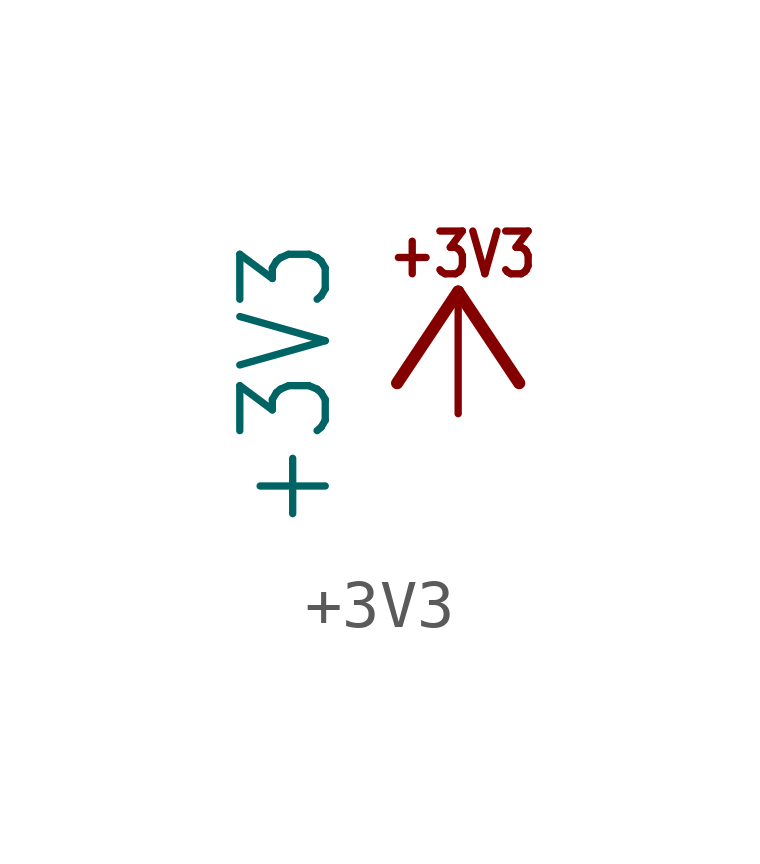
<source format=kicad_sym>
(kicad_symbol_lib
  (version 20211014)
  (generator kicad_symbol_editor)
  (symbol "+3V3"
    (power)
    (property "Reference" "#+3V3"
      (at 0 0 0)
      (effects (font (size 1.27 1.27)) hide))
    (property "Value" "+3V3"
      (at -2.54 -5.08 90)
      (effects (font (size 1.778 1.511)) (justify left bottom)))
    (property "ki_locked" ""
      (at 0 0 0)
      (effects (font (size 1.27 1.27))))
    (symbol "+3V3_1_0"
      (polyline (pts (xy 0 0) (xy -1.27 -1.905)) (stroke (width 0.254) (type default) (color 0 0 0 0)) (fill (type none)))
      (polyline (pts (xy 1.27 -1.905) (xy 0 0)) (stroke (width 0.254) (type default) (color 0 0 0 0)) (fill (type none)))
      (text "+3V3" (at -1.524 0.254 0) (effects (font (size 0.889 0.756)) (justify left bottom)))
      (pin power_in line (at 0 -2.54 90) (length 2.54) (name "+3V3" (effects (font (size 0 0)))) (number "1" (effects (font (size 0 0))))))))
</source>
